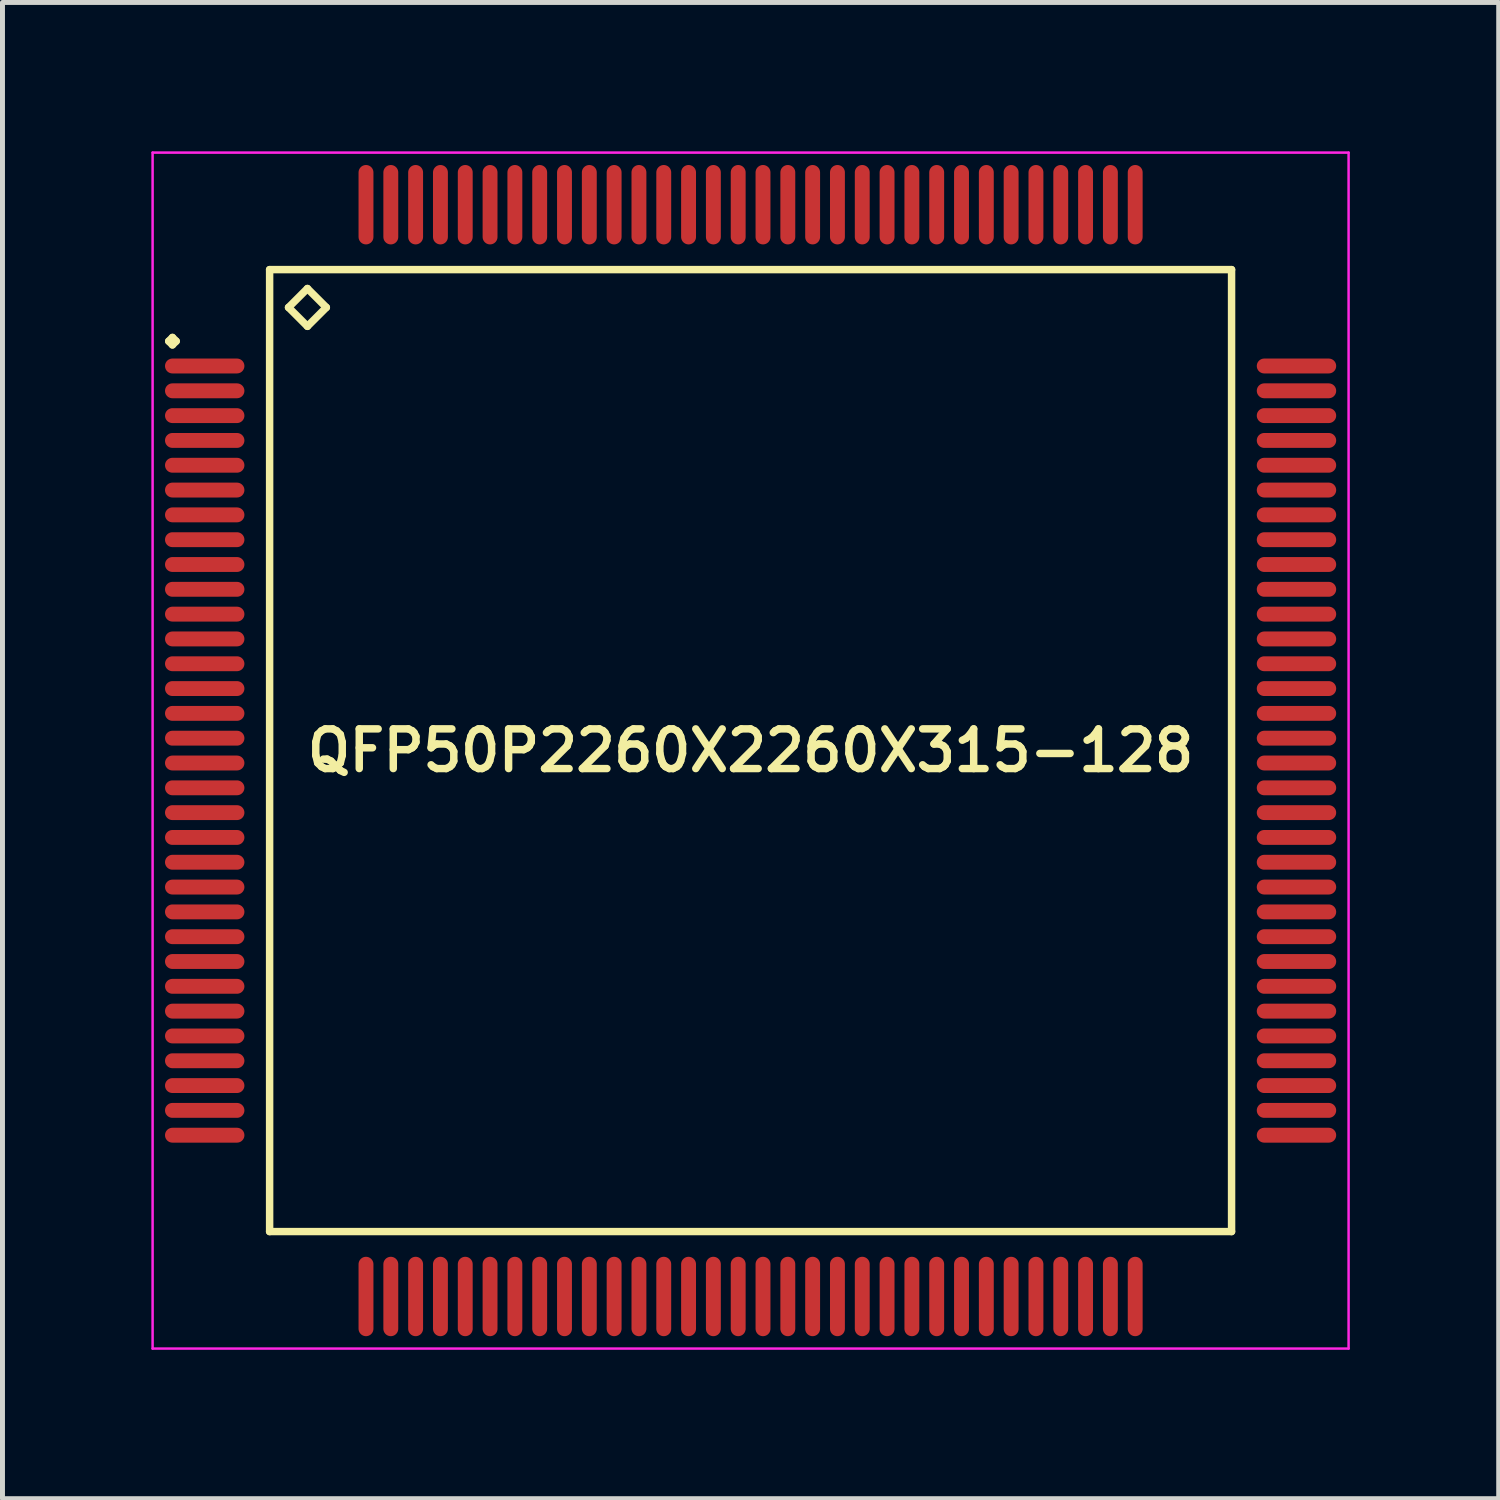
<source format=kicad_pcb>
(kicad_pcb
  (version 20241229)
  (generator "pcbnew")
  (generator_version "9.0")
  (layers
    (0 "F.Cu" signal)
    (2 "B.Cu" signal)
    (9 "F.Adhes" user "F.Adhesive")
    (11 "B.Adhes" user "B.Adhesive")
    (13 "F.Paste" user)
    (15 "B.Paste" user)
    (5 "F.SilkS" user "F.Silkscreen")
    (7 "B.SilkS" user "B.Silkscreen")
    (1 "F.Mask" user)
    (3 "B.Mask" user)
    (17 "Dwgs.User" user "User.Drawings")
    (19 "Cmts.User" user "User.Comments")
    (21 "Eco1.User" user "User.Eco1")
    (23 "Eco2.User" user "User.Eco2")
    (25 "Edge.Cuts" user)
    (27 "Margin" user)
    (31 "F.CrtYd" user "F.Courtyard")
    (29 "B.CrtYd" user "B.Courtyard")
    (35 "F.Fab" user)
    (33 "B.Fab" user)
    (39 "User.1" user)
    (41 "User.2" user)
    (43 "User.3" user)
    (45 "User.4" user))
  (footprint "QFP50P2260X2260X315-128"
    (layer "F.Cu")
    (at 12.075 12.075)
    (property "Reference" "QFP50P2260X2260X315-128" (at 0 0 0) (layer "F.SilkS") (effects (font (size 0.8 0.8) (thickness 0.15))))
    (attr smd)
    (fp_line (start -11.725 -8.25) (end -11.65 -8.325) (stroke (width 0.15) (type solid)) (layer "F.SilkS"))
    (fp_line (start -11.65 -8.325) (end -11.575 -8.25) (stroke (width 0.15) (type solid)) (layer "F.SilkS"))
    (fp_line (start -11.65 -8.175) (end -11.725 -8.25) (stroke (width 0.15) (type solid)) (layer "F.SilkS"))
    (fp_line (start -11.575 -8.25) (end -11.65 -8.175) (stroke (width 0.15) (type solid)) (layer "F.SilkS"))
    (fp_line (start -9.692 -9.692) (end -9.692 9.692) (stroke (width 0.15) (type solid)) (layer "F.SilkS"))
    (fp_line (start -9.692 9.692) (end 9.692 9.692) (stroke (width 0.15) (type solid)) (layer "F.SilkS"))
    (fp_line (start -9.311 -8.93) (end -8.93 -9.311) (stroke (width 0.15) (type solid)) (layer "F.SilkS"))
    (fp_line (start -8.93 -9.311) (end -8.549 -8.93) (stroke (width 0.15) (type solid)) (layer "F.SilkS"))
    (fp_line (start -8.93 -8.549) (end -9.311 -8.93) (stroke (width 0.15) (type solid)) (layer "F.SilkS"))
    (fp_line (start -8.549 -8.93) (end -8.93 -8.549) (stroke (width 0.15) (type solid)) (layer "F.SilkS"))
    (fp_line (start 9.692 -9.692) (end -9.692 -9.692) (stroke (width 0.15) (type solid)) (layer "F.SilkS"))
    (fp_line (start 9.692 9.692) (end 9.692 -9.692) (stroke (width 0.15) (type solid)) (layer "F.SilkS"))
    (fp_line (start -12.05 -12.05) (end 12.05 -12.05) (stroke (width 0.05) (type solid)) (layer "F.CrtYd"))
    (fp_line (start -12.05 12.05) (end -12.05 -12.05) (stroke (width 0.05) (type solid)) (layer "F.CrtYd"))
    (fp_line (start 12.05 -12.05) (end 12.05 12.05) (stroke (width 0.05) (type solid)) (layer "F.CrtYd"))
    (fp_line (start 12.05 12.05) (end -12.05 12.05) (stroke (width 0.05) (type solid)) (layer "F.CrtYd"))
    (pad "1" smd oval (at -11 -7.75) (size 1.6 0.3) (layers "F.Cu" "F.Mask" "F.Paste"))
    (pad "2" smd oval (at -11 -7.25) (size 1.6 0.3) (layers "F.Cu" "F.Mask" "F.Paste"))
    (pad "3" smd oval (at -11 -6.75) (size 1.6 0.3) (layers "F.Cu" "F.Mask" "F.Paste"))
    (pad "4" smd oval (at -11 -6.25) (size 1.6 0.3) (layers "F.Cu" "F.Mask" "F.Paste"))
    (pad "5" smd oval (at -11 -5.75) (size 1.6 0.3) (layers "F.Cu" "F.Mask" "F.Paste"))
    (pad "6" smd oval (at -11 -5.25) (size 1.6 0.3) (layers "F.Cu" "F.Mask" "F.Paste"))
    (pad "7" smd oval (at -11 -4.75) (size 1.6 0.3) (layers "F.Cu" "F.Mask" "F.Paste"))
    (pad "8" smd oval (at -11 -4.25) (size 1.6 0.3) (layers "F.Cu" "F.Mask" "F.Paste"))
    (pad "9" smd oval (at -11 -3.75) (size 1.6 0.3) (layers "F.Cu" "F.Mask" "F.Paste"))
    (pad "10" smd oval (at -11 -3.25) (size 1.6 0.3) (layers "F.Cu" "F.Mask" "F.Paste"))
    (pad "11" smd oval (at -11 -2.75) (size 1.6 0.3) (layers "F.Cu" "F.Mask" "F.Paste"))
    (pad "12" smd oval (at -11 -2.25) (size 1.6 0.3) (layers "F.Cu" "F.Mask" "F.Paste"))
    (pad "13" smd oval (at -11 -1.75) (size 1.6 0.3) (layers "F.Cu" "F.Mask" "F.Paste"))
    (pad "14" smd oval (at -11 -1.25) (size 1.6 0.3) (layers "F.Cu" "F.Mask" "F.Paste"))
    (pad "15" smd oval (at -11 -0.75) (size 1.6 0.3) (layers "F.Cu" "F.Mask" "F.Paste"))
    (pad "16" smd oval (at -11 -0.25) (size 1.6 0.3) (layers "F.Cu" "F.Mask" "F.Paste"))
    (pad "17" smd oval (at -11 0.25) (size 1.6 0.3) (layers "F.Cu" "F.Mask" "F.Paste"))
    (pad "18" smd oval (at -11 0.75) (size 1.6 0.3) (layers "F.Cu" "F.Mask" "F.Paste"))
    (pad "19" smd oval (at -11 1.25) (size 1.6 0.3) (layers "F.Cu" "F.Mask" "F.Paste"))
    (pad "20" smd oval (at -11 1.75) (size 1.6 0.3) (layers "F.Cu" "F.Mask" "F.Paste"))
    (pad "21" smd oval (at -11 2.25) (size 1.6 0.3) (layers "F.Cu" "F.Mask" "F.Paste"))
    (pad "22" smd oval (at -11 2.75) (size 1.6 0.3) (layers "F.Cu" "F.Mask" "F.Paste"))
    (pad "23" smd oval (at -11 3.25) (size 1.6 0.3) (layers "F.Cu" "F.Mask" "F.Paste"))
    (pad "24" smd oval (at -11 3.75) (size 1.6 0.3) (layers "F.Cu" "F.Mask" "F.Paste"))
    (pad "25" smd oval (at -11 4.25) (size 1.6 0.3) (layers "F.Cu" "F.Mask" "F.Paste"))
    (pad "26" smd oval (at -11 4.75) (size 1.6 0.3) (layers "F.Cu" "F.Mask" "F.Paste"))
    (pad "27" smd oval (at -11 5.25) (size 1.6 0.3) (layers "F.Cu" "F.Mask" "F.Paste"))
    (pad "28" smd oval (at -11 5.75) (size 1.6 0.3) (layers "F.Cu" "F.Mask" "F.Paste"))
    (pad "29" smd oval (at -11 6.25) (size 1.6 0.3) (layers "F.Cu" "F.Mask" "F.Paste"))
    (pad "30" smd oval (at -11 6.75) (size 1.6 0.3) (layers "F.Cu" "F.Mask" "F.Paste"))
    (pad "31" smd oval (at -11 7.25) (size 1.6 0.3) (layers "F.Cu" "F.Mask" "F.Paste"))
    (pad "32" smd oval (at -11 7.75) (size 1.6 0.3) (layers "F.Cu" "F.Mask" "F.Paste"))
    (pad "33" smd oval (at -7.75 11) (size 0.3 1.6) (layers "F.Cu" "F.Mask" "F.Paste"))
    (pad "34" smd oval (at -7.25 11) (size 0.3 1.6) (layers "F.Cu" "F.Mask" "F.Paste"))
    (pad "35" smd oval (at -6.75 11) (size 0.3 1.6) (layers "F.Cu" "F.Mask" "F.Paste"))
    (pad "36" smd oval (at -6.25 11) (size 0.3 1.6) (layers "F.Cu" "F.Mask" "F.Paste"))
    (pad "37" smd oval (at -5.75 11) (size 0.3 1.6) (layers "F.Cu" "F.Mask" "F.Paste"))
    (pad "38" smd oval (at -5.25 11) (size 0.3 1.6) (layers "F.Cu" "F.Mask" "F.Paste"))
    (pad "39" smd oval (at -4.75 11) (size 0.3 1.6) (layers "F.Cu" "F.Mask" "F.Paste"))
    (pad "40" smd oval (at -4.25 11) (size 0.3 1.6) (layers "F.Cu" "F.Mask" "F.Paste"))
    (pad "41" smd oval (at -3.75 11) (size 0.3 1.6) (layers "F.Cu" "F.Mask" "F.Paste"))
    (pad "42" smd oval (at -3.25 11) (size 0.3 1.6) (layers "F.Cu" "F.Mask" "F.Paste"))
    (pad "43" smd oval (at -2.75 11) (size 0.3 1.6) (layers "F.Cu" "F.Mask" "F.Paste"))
    (pad "44" smd oval (at -2.25 11) (size 0.3 1.6) (layers "F.Cu" "F.Mask" "F.Paste"))
    (pad "45" smd oval (at -1.75 11) (size 0.3 1.6) (layers "F.Cu" "F.Mask" "F.Paste"))
    (pad "46" smd oval (at -1.25 11) (size 0.3 1.6) (layers "F.Cu" "F.Mask" "F.Paste"))
    (pad "47" smd oval (at -0.75 11) (size 0.3 1.6) (layers "F.Cu" "F.Mask" "F.Paste"))
    (pad "48" smd oval (at -0.25 11) (size 0.3 1.6) (layers "F.Cu" "F.Mask" "F.Paste"))
    (pad "49" smd oval (at 0.25 11) (size 0.3 1.6) (layers "F.Cu" "F.Mask" "F.Paste"))
    (pad "50" smd oval (at 0.75 11) (size 0.3 1.6) (layers "F.Cu" "F.Mask" "F.Paste"))
    (pad "51" smd oval (at 1.25 11) (size 0.3 1.6) (layers "F.Cu" "F.Mask" "F.Paste"))
    (pad "52" smd oval (at 1.75 11) (size 0.3 1.6) (layers "F.Cu" "F.Mask" "F.Paste"))
    (pad "53" smd oval (at 2.25 11) (size 0.3 1.6) (layers "F.Cu" "F.Mask" "F.Paste"))
    (pad "54" smd oval (at 2.75 11) (size 0.3 1.6) (layers "F.Cu" "F.Mask" "F.Paste"))
    (pad "55" smd oval (at 3.25 11) (size 0.3 1.6) (layers "F.Cu" "F.Mask" "F.Paste"))
    (pad "56" smd oval (at 3.75 11) (size 0.3 1.6) (layers "F.Cu" "F.Mask" "F.Paste"))
    (pad "57" smd oval (at 4.25 11) (size 0.3 1.6) (layers "F.Cu" "F.Mask" "F.Paste"))
    (pad "58" smd oval (at 4.75 11) (size 0.3 1.6) (layers "F.Cu" "F.Mask" "F.Paste"))
    (pad "59" smd oval (at 5.25 11) (size 0.3 1.6) (layers "F.Cu" "F.Mask" "F.Paste"))
    (pad "60" smd oval (at 5.75 11) (size 0.3 1.6) (layers "F.Cu" "F.Mask" "F.Paste"))
    (pad "61" smd oval (at 6.25 11) (size 0.3 1.6) (layers "F.Cu" "F.Mask" "F.Paste"))
    (pad "62" smd oval (at 6.75 11) (size 0.3 1.6) (layers "F.Cu" "F.Mask" "F.Paste"))
    (pad "63" smd oval (at 7.25 11) (size 0.3 1.6) (layers "F.Cu" "F.Mask" "F.Paste"))
    (pad "64" smd oval (at 7.75 11) (size 0.3 1.6) (layers "F.Cu" "F.Mask" "F.Paste"))
    (pad "65" smd oval (at 11 7.75) (size 1.6 0.3) (layers "F.Cu" "F.Mask" "F.Paste"))
    (pad "66" smd oval (at 11 7.25) (size 1.6 0.3) (layers "F.Cu" "F.Mask" "F.Paste"))
    (pad "67" smd oval (at 11 6.75) (size 1.6 0.3) (layers "F.Cu" "F.Mask" "F.Paste"))
    (pad "68" smd oval (at 11 6.25) (size 1.6 0.3) (layers "F.Cu" "F.Mask" "F.Paste"))
    (pad "69" smd oval (at 11 5.75) (size 1.6 0.3) (layers "F.Cu" "F.Mask" "F.Paste"))
    (pad "70" smd oval (at 11 5.25) (size 1.6 0.3) (layers "F.Cu" "F.Mask" "F.Paste"))
    (pad "71" smd oval (at 11 4.75) (size 1.6 0.3) (layers "F.Cu" "F.Mask" "F.Paste"))
    (pad "72" smd oval (at 11 4.25) (size 1.6 0.3) (layers "F.Cu" "F.Mask" "F.Paste"))
    (pad "73" smd oval (at 11 3.75) (size 1.6 0.3) (layers "F.Cu" "F.Mask" "F.Paste"))
    (pad "74" smd oval (at 11 3.25) (size 1.6 0.3) (layers "F.Cu" "F.Mask" "F.Paste"))
    (pad "75" smd oval (at 11 2.75) (size 1.6 0.3) (layers "F.Cu" "F.Mask" "F.Paste"))
    (pad "76" smd oval (at 11 2.25) (size 1.6 0.3) (layers "F.Cu" "F.Mask" "F.Paste"))
    (pad "77" smd oval (at 11 1.75) (size 1.6 0.3) (layers "F.Cu" "F.Mask" "F.Paste"))
    (pad "78" smd oval (at 11 1.25) (size 1.6 0.3) (layers "F.Cu" "F.Mask" "F.Paste"))
    (pad "79" smd oval (at 11 0.75) (size 1.6 0.3) (layers "F.Cu" "F.Mask" "F.Paste"))
    (pad "80" smd oval (at 11 0.25) (size 1.6 0.3) (layers "F.Cu" "F.Mask" "F.Paste"))
    (pad "81" smd oval (at 11 -0.25) (size 1.6 0.3) (layers "F.Cu" "F.Mask" "F.Paste"))
    (pad "82" smd oval (at 11 -0.75) (size 1.6 0.3) (layers "F.Cu" "F.Mask" "F.Paste"))
    (pad "83" smd oval (at 11 -1.25) (size 1.6 0.3) (layers "F.Cu" "F.Mask" "F.Paste"))
    (pad "84" smd oval (at 11 -1.75) (size 1.6 0.3) (layers "F.Cu" "F.Mask" "F.Paste"))
    (pad "85" smd oval (at 11 -2.25) (size 1.6 0.3) (layers "F.Cu" "F.Mask" "F.Paste"))
    (pad "86" smd oval (at 11 -2.75) (size 1.6 0.3) (layers "F.Cu" "F.Mask" "F.Paste"))
    (pad "87" smd oval (at 11 -3.25) (size 1.6 0.3) (layers "F.Cu" "F.Mask" "F.Paste"))
    (pad "88" smd oval (at 11 -3.75) (size 1.6 0.3) (layers "F.Cu" "F.Mask" "F.Paste"))
    (pad "89" smd oval (at 11 -4.25) (size 1.6 0.3) (layers "F.Cu" "F.Mask" "F.Paste"))
    (pad "90" smd oval (at 11 -4.75) (size 1.6 0.3) (layers "F.Cu" "F.Mask" "F.Paste"))
    (pad "91" smd oval (at 11 -5.25) (size 1.6 0.3) (layers "F.Cu" "F.Mask" "F.Paste"))
    (pad "92" smd oval (at 11 -5.75) (size 1.6 0.3) (layers "F.Cu" "F.Mask" "F.Paste"))
    (pad "93" smd oval (at 11 -6.25) (size 1.6 0.3) (layers "F.Cu" "F.Mask" "F.Paste"))
    (pad "94" smd oval (at 11 -6.75) (size 1.6 0.3) (layers "F.Cu" "F.Mask" "F.Paste"))
    (pad "95" smd oval (at 11 -7.25) (size 1.6 0.3) (layers "F.Cu" "F.Mask" "F.Paste"))
    (pad "96" smd oval (at 11 -7.75) (size 1.6 0.3) (layers "F.Cu" "F.Mask" "F.Paste"))
    (pad "97" smd oval (at 7.75 -11) (size 0.3 1.6) (layers "F.Cu" "F.Mask" "F.Paste"))
    (pad "98" smd oval (at 7.25 -11) (size 0.3 1.6) (layers "F.Cu" "F.Mask" "F.Paste"))
    (pad "99" smd oval (at 6.75 -11) (size 0.3 1.6) (layers "F.Cu" "F.Mask" "F.Paste"))
    (pad "100" smd oval (at 6.25 -11) (size 0.3 1.6) (layers "F.Cu" "F.Mask" "F.Paste"))
    (pad "101" smd oval (at 5.75 -11) (size 0.3 1.6) (layers "F.Cu" "F.Mask" "F.Paste"))
    (pad "102" smd oval (at 5.25 -11) (size 0.3 1.6) (layers "F.Cu" "F.Mask" "F.Paste"))
    (pad "103" smd oval (at 4.75 -11) (size 0.3 1.6) (layers "F.Cu" "F.Mask" "F.Paste"))
    (pad "104" smd oval (at 4.25 -11) (size 0.3 1.6) (layers "F.Cu" "F.Mask" "F.Paste"))
    (pad "105" smd oval (at 3.75 -11) (size 0.3 1.6) (layers "F.Cu" "F.Mask" "F.Paste"))
    (pad "106" smd oval (at 3.25 -11) (size 0.3 1.6) (layers "F.Cu" "F.Mask" "F.Paste"))
    (pad "107" smd oval (at 2.75 -11) (size 0.3 1.6) (layers "F.Cu" "F.Mask" "F.Paste"))
    (pad "108" smd oval (at 2.25 -11) (size 0.3 1.6) (layers "F.Cu" "F.Mask" "F.Paste"))
    (pad "109" smd oval (at 1.75 -11) (size 0.3 1.6) (layers "F.Cu" "F.Mask" "F.Paste"))
    (pad "110" smd oval (at 1.25 -11) (size 0.3 1.6) (layers "F.Cu" "F.Mask" "F.Paste"))
    (pad "111" smd oval (at 0.75 -11) (size 0.3 1.6) (layers "F.Cu" "F.Mask" "F.Paste"))
    (pad "112" smd oval (at 0.25 -11) (size 0.3 1.6) (layers "F.Cu" "F.Mask" "F.Paste"))
    (pad "113" smd oval (at -0.25 -11) (size 0.3 1.6) (layers "F.Cu" "F.Mask" "F.Paste"))
    (pad "114" smd oval (at -0.75 -11) (size 0.3 1.6) (layers "F.Cu" "F.Mask" "F.Paste"))
    (pad "115" smd oval (at -1.25 -11) (size 0.3 1.6) (layers "F.Cu" "F.Mask" "F.Paste"))
    (pad "116" smd oval (at -1.75 -11) (size 0.3 1.6) (layers "F.Cu" "F.Mask" "F.Paste"))
    (pad "117" smd oval (at -2.25 -11) (size 0.3 1.6) (layers "F.Cu" "F.Mask" "F.Paste"))
    (pad "118" smd oval (at -2.75 -11) (size 0.3 1.6) (layers "F.Cu" "F.Mask" "F.Paste"))
    (pad "119" smd oval (at -3.25 -11) (size 0.3 1.6) (layers "F.Cu" "F.Mask" "F.Paste"))
    (pad "120" smd oval (at -3.75 -11) (size 0.3 1.6) (layers "F.Cu" "F.Mask" "F.Paste"))
    (pad "121" smd oval (at -4.25 -11) (size 0.3 1.6) (layers "F.Cu" "F.Mask" "F.Paste"))
    (pad "122" smd oval (at -4.75 -11) (size 0.3 1.6) (layers "F.Cu" "F.Mask" "F.Paste"))
    (pad "123" smd oval (at -5.25 -11) (size 0.3 1.6) (layers "F.Cu" "F.Mask" "F.Paste"))
    (pad "124" smd oval (at -5.75 -11) (size 0.3 1.6) (layers "F.Cu" "F.Mask" "F.Paste"))
    (pad "125" smd oval (at -6.25 -11) (size 0.3 1.6) (layers "F.Cu" "F.Mask" "F.Paste"))
    (pad "126" smd oval (at -6.75 -11) (size 0.3 1.6) (layers "F.Cu" "F.Mask" "F.Paste"))
    (pad "127" smd oval (at -7.25 -11) (size 0.3 1.6) (layers "F.Cu" "F.Mask" "F.Paste"))
    (pad "128" smd oval (at -7.75 -11) (size 0.3 1.6) (layers "F.Cu" "F.Mask" "F.Paste")))
  (gr_rect
    (start -3 -3)
    (end 27.15 27.15)
    (stroke (width 0.1) (type default))
    (fill no)
    (layer "Edge.Cuts")))
</source>
